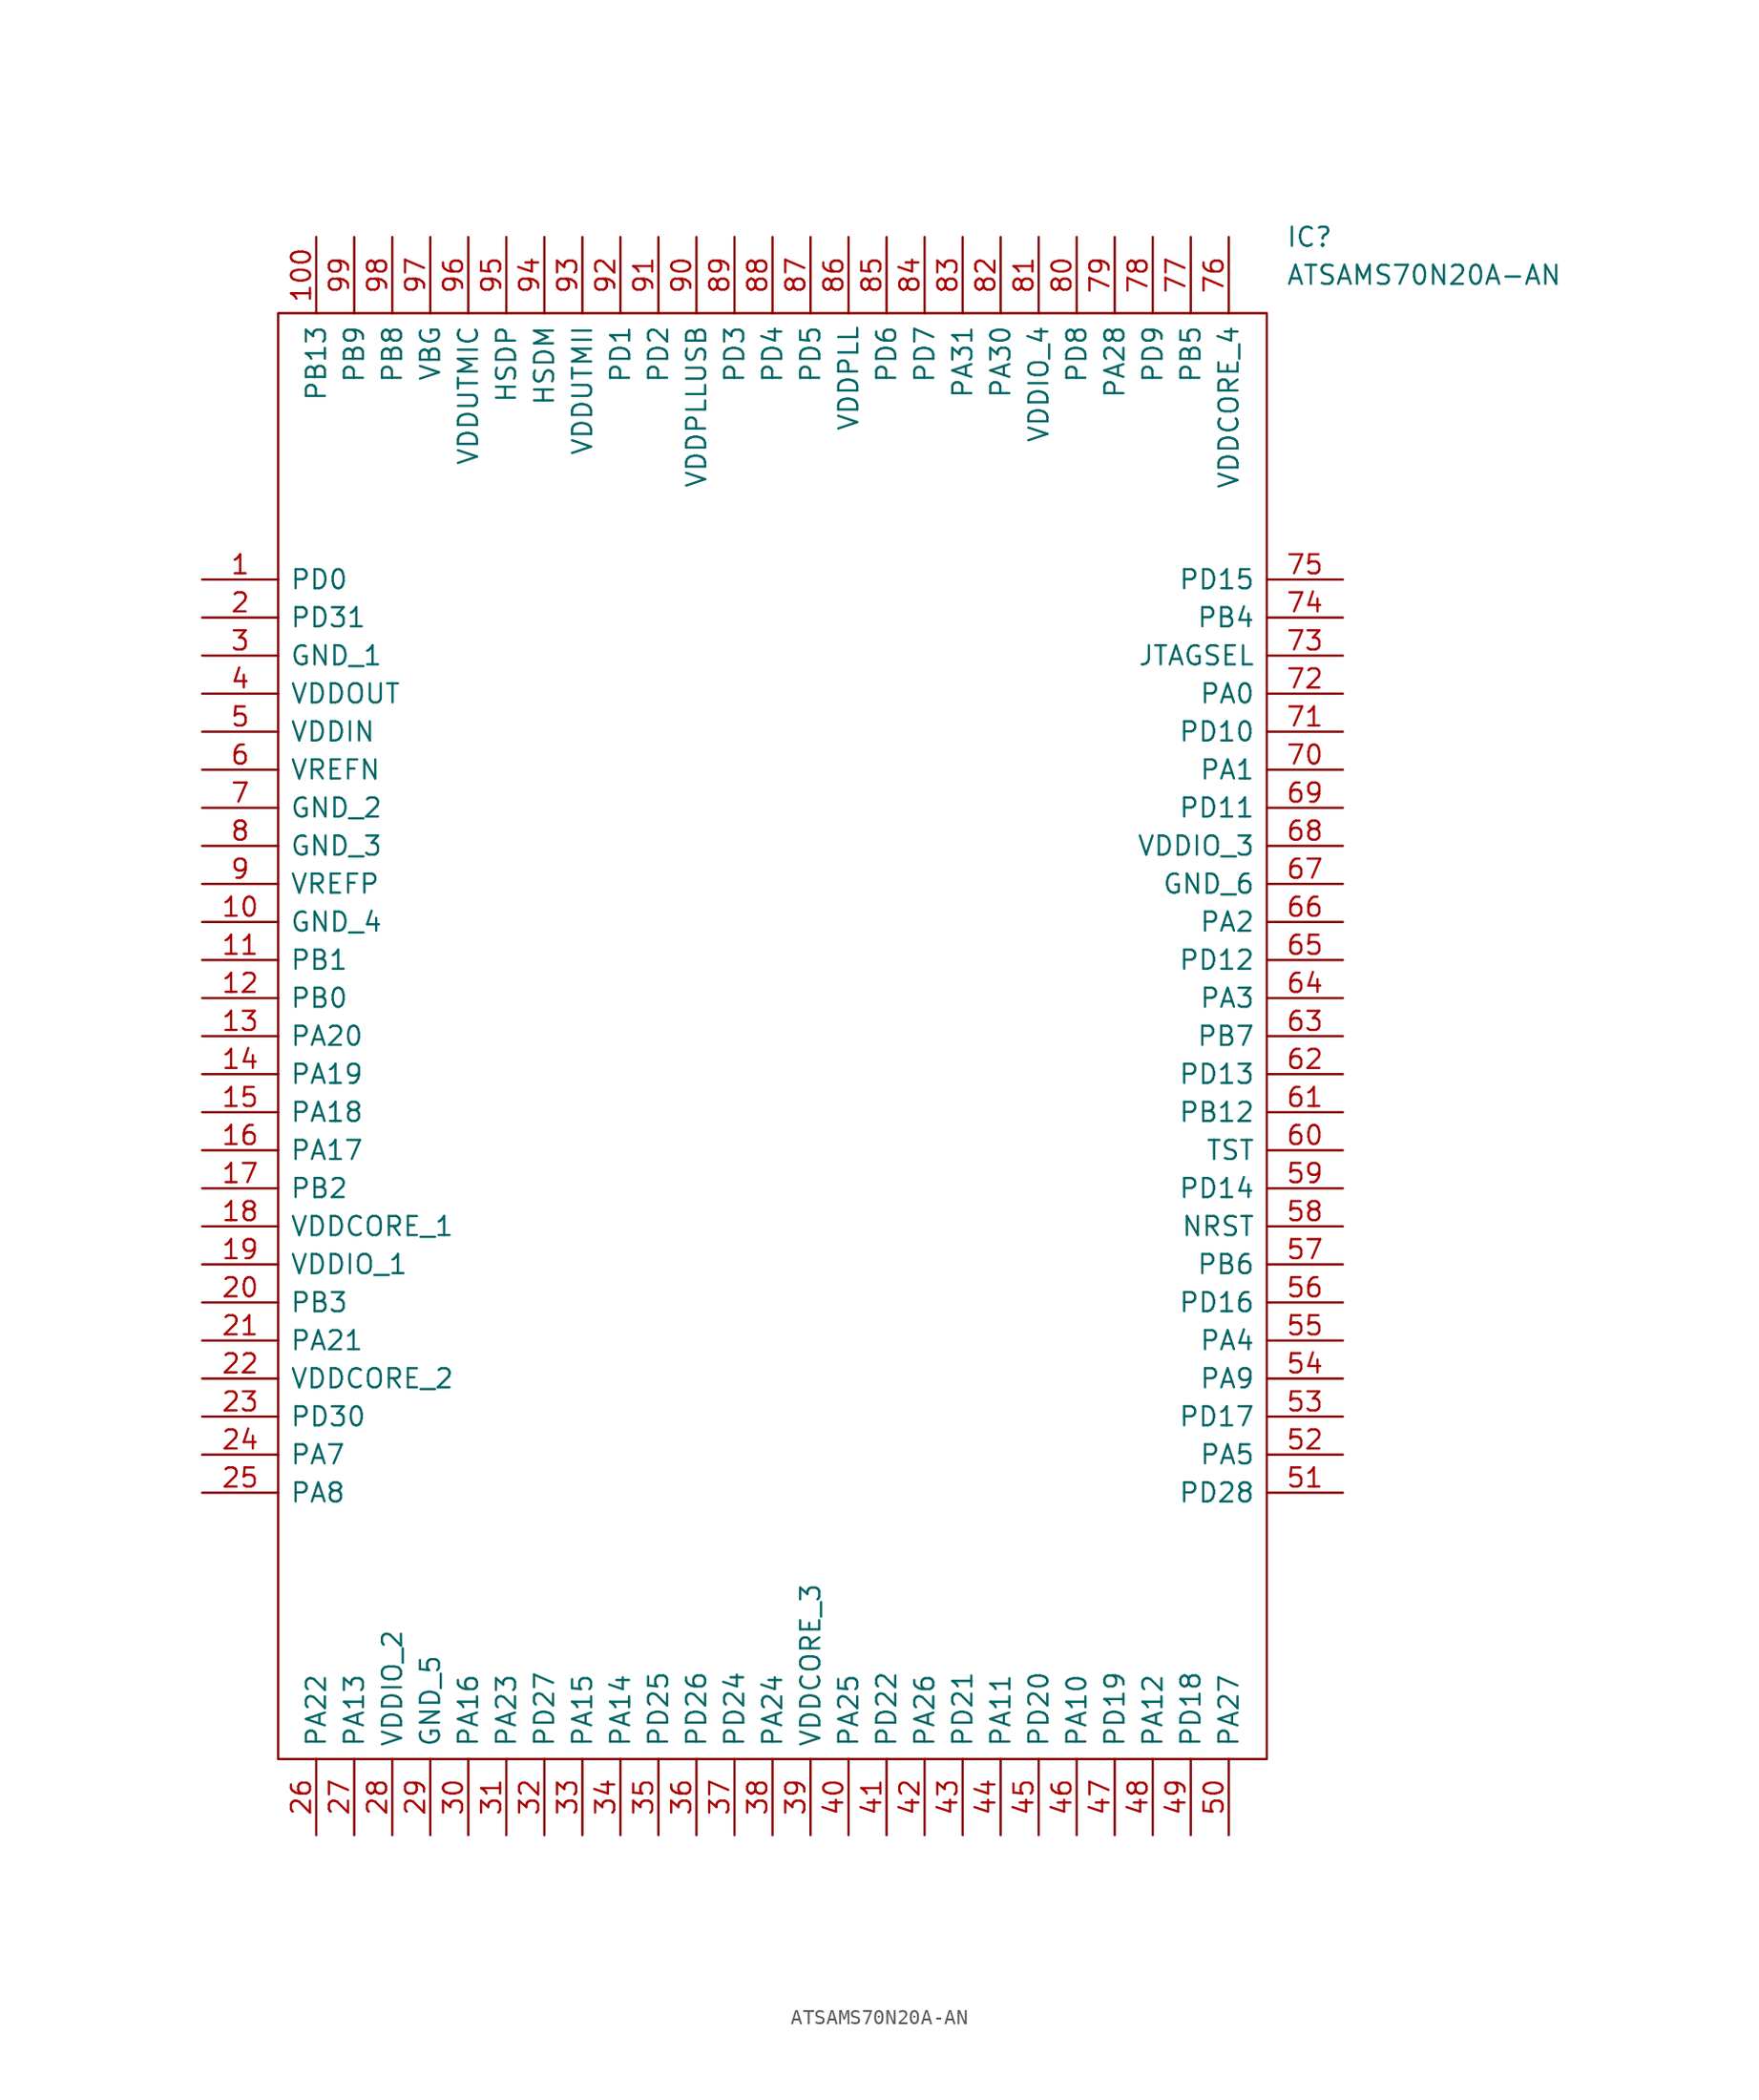
<source format=kicad_sym>
(kicad_symbol_lib
  (version 20211014)
  (generator kicad_symbol_editor)
  (symbol "ATSAMS70N20A-AN"
    (pin_names
      (offset 0.762))
    (property "Reference" "IC"
      (at 72.39 22.86 0)
      (effects (font (size 1.27 1.27)) (justify left)))
    (property "Value" "ATSAMS70N20A-AN"
      (at 72.39 20.32 0)
      (effects (font (size 1.27 1.27)) (justify left)))
    (symbol "ATSAMS70N20A-AN_0_0"
      (pin passive line (at 0 0 0) (length 5.08) (name "PD0" (effects (font (size 1.27 1.27)))) (number "1" (effects (font (size 1.27 1.27)))))
      (pin passive line (at 0 -22.86 0) (length 5.08) (name "GND_4" (effects (font (size 1.27 1.27)))) (number "10" (effects (font (size 1.27 1.27)))))
      (pin passive line (at 7.62 22.86 270) (length 5.08) (name "PB13" (effects (font (size 1.27 1.27)))) (number "100" (effects (font (size 1.27 1.27)))))
      (pin passive line (at 0 -25.4 0) (length 5.08) (name "PB1" (effects (font (size 1.27 1.27)))) (number "11" (effects (font (size 1.27 1.27)))))
      (pin passive line (at 0 -27.94 0) (length 5.08) (name "PB0" (effects (font (size 1.27 1.27)))) (number "12" (effects (font (size 1.27 1.27)))))
      (pin passive line (at 0 -30.48 0) (length 5.08) (name "PA20" (effects (font (size 1.27 1.27)))) (number "13" (effects (font (size 1.27 1.27)))))
      (pin passive line (at 0 -33.02 0) (length 5.08) (name "PA19" (effects (font (size 1.27 1.27)))) (number "14" (effects (font (size 1.27 1.27)))))
      (pin passive line (at 0 -35.56 0) (length 5.08) (name "PA18" (effects (font (size 1.27 1.27)))) (number "15" (effects (font (size 1.27 1.27)))))
      (pin passive line (at 0 -38.1 0) (length 5.08) (name "PA17" (effects (font (size 1.27 1.27)))) (number "16" (effects (font (size 1.27 1.27)))))
      (pin passive line (at 0 -40.64 0) (length 5.08) (name "PB2" (effects (font (size 1.27 1.27)))) (number "17" (effects (font (size 1.27 1.27)))))
      (pin passive line (at 0 -43.18 0) (length 5.08) (name "VDDCORE_1" (effects (font (size 1.27 1.27)))) (number "18" (effects (font (size 1.27 1.27)))))
      (pin passive line (at 0 -45.72 0) (length 5.08) (name "VDDIO_1" (effects (font (size 1.27 1.27)))) (number "19" (effects (font (size 1.27 1.27)))))
      (pin passive line (at 0 -2.54 0) (length 5.08) (name "PD31" (effects (font (size 1.27 1.27)))) (number "2" (effects (font (size 1.27 1.27)))))
      (pin passive line (at 0 -48.26 0) (length 5.08) (name "PB3" (effects (font (size 1.27 1.27)))) (number "20" (effects (font (size 1.27 1.27)))))
      (pin passive line (at 0 -50.8 0) (length 5.08) (name "PA21" (effects (font (size 1.27 1.27)))) (number "21" (effects (font (size 1.27 1.27)))))
      (pin passive line (at 0 -53.34 0) (length 5.08) (name "VDDCORE_2" (effects (font (size 1.27 1.27)))) (number "22" (effects (font (size 1.27 1.27)))))
      (pin passive line (at 0 -55.88 0) (length 5.08) (name "PD30" (effects (font (size 1.27 1.27)))) (number "23" (effects (font (size 1.27 1.27)))))
      (pin passive line (at 0 -58.42 0) (length 5.08) (name "PA7" (effects (font (size 1.27 1.27)))) (number "24" (effects (font (size 1.27 1.27)))))
      (pin passive line (at 0 -60.96 0) (length 5.08) (name "PA8" (effects (font (size 1.27 1.27)))) (number "25" (effects (font (size 1.27 1.27)))))
      (pin passive line (at 7.62 -83.82 90) (length 5.08) (name "PA22" (effects (font (size 1.27 1.27)))) (number "26" (effects (font (size 1.27 1.27)))))
      (pin passive line (at 10.16 -83.82 90) (length 5.08) (name "PA13" (effects (font (size 1.27 1.27)))) (number "27" (effects (font (size 1.27 1.27)))))
      (pin passive line (at 12.7 -83.82 90) (length 5.08) (name "VDDIO_2" (effects (font (size 1.27 1.27)))) (number "28" (effects (font (size 1.27 1.27)))))
      (pin passive line (at 15.24 -83.82 90) (length 5.08) (name "GND_5" (effects (font (size 1.27 1.27)))) (number "29" (effects (font (size 1.27 1.27)))))
      (pin passive line (at 0 -5.08 0) (length 5.08) (name "GND_1" (effects (font (size 1.27 1.27)))) (number "3" (effects (font (size 1.27 1.27)))))
      (pin passive line (at 17.78 -83.82 90) (length 5.08) (name "PA16" (effects (font (size 1.27 1.27)))) (number "30" (effects (font (size 1.27 1.27)))))
      (pin passive line (at 20.32 -83.82 90) (length 5.08) (name "PA23" (effects (font (size 1.27 1.27)))) (number "31" (effects (font (size 1.27 1.27)))))
      (pin passive line (at 22.86 -83.82 90) (length 5.08) (name "PD27" (effects (font (size 1.27 1.27)))) (number "32" (effects (font (size 1.27 1.27)))))
      (pin passive line (at 25.4 -83.82 90) (length 5.08) (name "PA15" (effects (font (size 1.27 1.27)))) (number "33" (effects (font (size 1.27 1.27)))))
      (pin passive line (at 27.94 -83.82 90) (length 5.08) (name "PA14" (effects (font (size 1.27 1.27)))) (number "34" (effects (font (size 1.27 1.27)))))
      (pin passive line (at 30.48 -83.82 90) (length 5.08) (name "PD25" (effects (font (size 1.27 1.27)))) (number "35" (effects (font (size 1.27 1.27)))))
      (pin passive line (at 33.02 -83.82 90) (length 5.08) (name "PD26" (effects (font (size 1.27 1.27)))) (number "36" (effects (font (size 1.27 1.27)))))
      (pin passive line (at 35.56 -83.82 90) (length 5.08) (name "PD24" (effects (font (size 1.27 1.27)))) (number "37" (effects (font (size 1.27 1.27)))))
      (pin passive line (at 38.1 -83.82 90) (length 5.08) (name "PA24" (effects (font (size 1.27 1.27)))) (number "38" (effects (font (size 1.27 1.27)))))
      (pin passive line (at 40.64 -83.82 90) (length 5.08) (name "VDDCORE_3" (effects (font (size 1.27 1.27)))) (number "39" (effects (font (size 1.27 1.27)))))
      (pin passive line (at 0 -7.62 0) (length 5.08) (name "VDDOUT" (effects (font (size 1.27 1.27)))) (number "4" (effects (font (size 1.27 1.27)))))
      (pin passive line (at 43.18 -83.82 90) (length 5.08) (name "PA25" (effects (font (size 1.27 1.27)))) (number "40" (effects (font (size 1.27 1.27)))))
      (pin passive line (at 45.72 -83.82 90) (length 5.08) (name "PD22" (effects (font (size 1.27 1.27)))) (number "41" (effects (font (size 1.27 1.27)))))
      (pin passive line (at 48.26 -83.82 90) (length 5.08) (name "PA26" (effects (font (size 1.27 1.27)))) (number "42" (effects (font (size 1.27 1.27)))))
      (pin passive line (at 50.8 -83.82 90) (length 5.08) (name "PD21" (effects (font (size 1.27 1.27)))) (number "43" (effects (font (size 1.27 1.27)))))
      (pin passive line (at 53.34 -83.82 90) (length 5.08) (name "PA11" (effects (font (size 1.27 1.27)))) (number "44" (effects (font (size 1.27 1.27)))))
      (pin passive line (at 55.88 -83.82 90) (length 5.08) (name "PD20" (effects (font (size 1.27 1.27)))) (number "45" (effects (font (size 1.27 1.27)))))
      (pin passive line (at 58.42 -83.82 90) (length 5.08) (name "PA10" (effects (font (size 1.27 1.27)))) (number "46" (effects (font (size 1.27 1.27)))))
      (pin passive line (at 60.96 -83.82 90) (length 5.08) (name "PD19" (effects (font (size 1.27 1.27)))) (number "47" (effects (font (size 1.27 1.27)))))
      (pin passive line (at 63.5 -83.82 90) (length 5.08) (name "PA12" (effects (font (size 1.27 1.27)))) (number "48" (effects (font (size 1.27 1.27)))))
      (pin passive line (at 66.04 -83.82 90) (length 5.08) (name "PD18" (effects (font (size 1.27 1.27)))) (number "49" (effects (font (size 1.27 1.27)))))
      (pin passive line (at 0 -10.16 0) (length 5.08) (name "VDDIN" (effects (font (size 1.27 1.27)))) (number "5" (effects (font (size 1.27 1.27)))))
      (pin passive line (at 68.58 -83.82 90) (length 5.08) (name "PA27" (effects (font (size 1.27 1.27)))) (number "50" (effects (font (size 1.27 1.27)))))
      (pin passive line (at 76.2 -60.96 180) (length 5.08) (name "PD28" (effects (font (size 1.27 1.27)))) (number "51" (effects (font (size 1.27 1.27)))))
      (pin passive line (at 76.2 -58.42 180) (length 5.08) (name "PA5" (effects (font (size 1.27 1.27)))) (number "52" (effects (font (size 1.27 1.27)))))
      (pin passive line (at 76.2 -55.88 180) (length 5.08) (name "PD17" (effects (font (size 1.27 1.27)))) (number "53" (effects (font (size 1.27 1.27)))))
      (pin passive line (at 76.2 -53.34 180) (length 5.08) (name "PA9" (effects (font (size 1.27 1.27)))) (number "54" (effects (font (size 1.27 1.27)))))
      (pin passive line (at 76.2 -50.8 180) (length 5.08) (name "PA4" (effects (font (size 1.27 1.27)))) (number "55" (effects (font (size 1.27 1.27)))))
      (pin passive line (at 76.2 -48.26 180) (length 5.08) (name "PD16" (effects (font (size 1.27 1.27)))) (number "56" (effects (font (size 1.27 1.27)))))
      (pin passive line (at 76.2 -45.72 180) (length 5.08) (name "PB6" (effects (font (size 1.27 1.27)))) (number "57" (effects (font (size 1.27 1.27)))))
      (pin passive line (at 76.2 -43.18 180) (length 5.08) (name "NRST" (effects (font (size 1.27 1.27)))) (number "58" (effects (font (size 1.27 1.27)))))
      (pin passive line (at 76.2 -40.64 180) (length 5.08) (name "PD14" (effects (font (size 1.27 1.27)))) (number "59" (effects (font (size 1.27 1.27)))))
      (pin passive line (at 0 -12.7 0) (length 5.08) (name "VREFN" (effects (font (size 1.27 1.27)))) (number "6" (effects (font (size 1.27 1.27)))))
      (pin passive line (at 76.2 -38.1 180) (length 5.08) (name "TST" (effects (font (size 1.27 1.27)))) (number "60" (effects (font (size 1.27 1.27)))))
      (pin passive line (at 76.2 -35.56 180) (length 5.08) (name "PB12" (effects (font (size 1.27 1.27)))) (number "61" (effects (font (size 1.27 1.27)))))
      (pin passive line (at 76.2 -33.02 180) (length 5.08) (name "PD13" (effects (font (size 1.27 1.27)))) (number "62" (effects (font (size 1.27 1.27)))))
      (pin passive line (at 76.2 -30.48 180) (length 5.08) (name "PB7" (effects (font (size 1.27 1.27)))) (number "63" (effects (font (size 1.27 1.27)))))
      (pin passive line (at 76.2 -27.94 180) (length 5.08) (name "PA3" (effects (font (size 1.27 1.27)))) (number "64" (effects (font (size 1.27 1.27)))))
      (pin passive line (at 76.2 -25.4 180) (length 5.08) (name "PD12" (effects (font (size 1.27 1.27)))) (number "65" (effects (font (size 1.27 1.27)))))
      (pin passive line (at 76.2 -22.86 180) (length 5.08) (name "PA2" (effects (font (size 1.27 1.27)))) (number "66" (effects (font (size 1.27 1.27)))))
      (pin passive line (at 76.2 -20.32 180) (length 5.08) (name "GND_6" (effects (font (size 1.27 1.27)))) (number "67" (effects (font (size 1.27 1.27)))))
      (pin passive line (at 76.2 -17.78 180) (length 5.08) (name "VDDIO_3" (effects (font (size 1.27 1.27)))) (number "68" (effects (font (size 1.27 1.27)))))
      (pin passive line (at 76.2 -15.24 180) (length 5.08) (name "PD11" (effects (font (size 1.27 1.27)))) (number "69" (effects (font (size 1.27 1.27)))))
      (pin passive line (at 0 -15.24 0) (length 5.08) (name "GND_2" (effects (font (size 1.27 1.27)))) (number "7" (effects (font (size 1.27 1.27)))))
      (pin passive line (at 76.2 -12.7 180) (length 5.08) (name "PA1" (effects (font (size 1.27 1.27)))) (number "70" (effects (font (size 1.27 1.27)))))
      (pin passive line (at 76.2 -10.16 180) (length 5.08) (name "PD10" (effects (font (size 1.27 1.27)))) (number "71" (effects (font (size 1.27 1.27)))))
      (pin passive line (at 76.2 -7.62 180) (length 5.08) (name "PA0" (effects (font (size 1.27 1.27)))) (number "72" (effects (font (size 1.27 1.27)))))
      (pin passive line (at 76.2 -5.08 180) (length 5.08) (name "JTAGSEL" (effects (font (size 1.27 1.27)))) (number "73" (effects (font (size 1.27 1.27)))))
      (pin passive line (at 76.2 -2.54 180) (length 5.08) (name "PB4" (effects (font (size 1.27 1.27)))) (number "74" (effects (font (size 1.27 1.27)))))
      (pin passive line (at 76.2 0 180) (length 5.08) (name "PD15" (effects (font (size 1.27 1.27)))) (number "75" (effects (font (size 1.27 1.27)))))
      (pin passive line (at 68.58 22.86 270) (length 5.08) (name "VDDCORE_4" (effects (font (size 1.27 1.27)))) (number "76" (effects (font (size 1.27 1.27)))))
      (pin passive line (at 66.04 22.86 270) (length 5.08) (name "PB5" (effects (font (size 1.27 1.27)))) (number "77" (effects (font (size 1.27 1.27)))))
      (pin passive line (at 63.5 22.86 270) (length 5.08) (name "PD9" (effects (font (size 1.27 1.27)))) (number "78" (effects (font (size 1.27 1.27)))))
      (pin passive line (at 60.96 22.86 270) (length 5.08) (name "PA28" (effects (font (size 1.27 1.27)))) (number "79" (effects (font (size 1.27 1.27)))))
      (pin passive line (at 0 -17.78 0) (length 5.08) (name "GND_3" (effects (font (size 1.27 1.27)))) (number "8" (effects (font (size 1.27 1.27)))))
      (pin passive line (at 58.42 22.86 270) (length 5.08) (name "PD8" (effects (font (size 1.27 1.27)))) (number "80" (effects (font (size 1.27 1.27)))))
      (pin passive line (at 55.88 22.86 270) (length 5.08) (name "VDDIO_4" (effects (font (size 1.27 1.27)))) (number "81" (effects (font (size 1.27 1.27)))))
      (pin passive line (at 53.34 22.86 270) (length 5.08) (name "PA30" (effects (font (size 1.27 1.27)))) (number "82" (effects (font (size 1.27 1.27)))))
      (pin passive line (at 50.8 22.86 270) (length 5.08) (name "PA31" (effects (font (size 1.27 1.27)))) (number "83" (effects (font (size 1.27 1.27)))))
      (pin passive line (at 48.26 22.86 270) (length 5.08) (name "PD7" (effects (font (size 1.27 1.27)))) (number "84" (effects (font (size 1.27 1.27)))))
      (pin passive line (at 45.72 22.86 270) (length 5.08) (name "PD6" (effects (font (size 1.27 1.27)))) (number "85" (effects (font (size 1.27 1.27)))))
      (pin passive line (at 43.18 22.86 270) (length 5.08) (name "VDDPLL" (effects (font (size 1.27 1.27)))) (number "86" (effects (font (size 1.27 1.27)))))
      (pin passive line (at 40.64 22.86 270) (length 5.08) (name "PD5" (effects (font (size 1.27 1.27)))) (number "87" (effects (font (size 1.27 1.27)))))
      (pin passive line (at 38.1 22.86 270) (length 5.08) (name "PD4" (effects (font (size 1.27 1.27)))) (number "88" (effects (font (size 1.27 1.27)))))
      (pin passive line (at 35.56 22.86 270) (length 5.08) (name "PD3" (effects (font (size 1.27 1.27)))) (number "89" (effects (font (size 1.27 1.27)))))
      (pin passive line (at 0 -20.32 0) (length 5.08) (name "VREFP" (effects (font (size 1.27 1.27)))) (number "9" (effects (font (size 1.27 1.27)))))
      (pin passive line (at 33.02 22.86 270) (length 5.08) (name "VDDPLLUSB" (effects (font (size 1.27 1.27)))) (number "90" (effects (font (size 1.27 1.27)))))
      (pin passive line (at 30.48 22.86 270) (length 5.08) (name "PD2" (effects (font (size 1.27 1.27)))) (number "91" (effects (font (size 1.27 1.27)))))
      (pin passive line (at 27.94 22.86 270) (length 5.08) (name "PD1" (effects (font (size 1.27 1.27)))) (number "92" (effects (font (size 1.27 1.27)))))
      (pin passive line (at 25.4 22.86 270) (length 5.08) (name "VDDUTMII" (effects (font (size 1.27 1.27)))) (number "93" (effects (font (size 1.27 1.27)))))
      (pin passive line (at 22.86 22.86 270) (length 5.08) (name "HSDM" (effects (font (size 1.27 1.27)))) (number "94" (effects (font (size 1.27 1.27)))))
      (pin passive line (at 20.32 22.86 270) (length 5.08) (name "HSDP" (effects (font (size 1.27 1.27)))) (number "95" (effects (font (size 1.27 1.27)))))
      (pin passive line (at 17.78 22.86 270) (length 5.08) (name "VDDUTMIC" (effects (font (size 1.27 1.27)))) (number "96" (effects (font (size 1.27 1.27)))))
      (pin passive line (at 15.24 22.86 270) (length 5.08) (name "VBG" (effects (font (size 1.27 1.27)))) (number "97" (effects (font (size 1.27 1.27)))))
      (pin passive line (at 12.7 22.86 270) (length 5.08) (name "PB8" (effects (font (size 1.27 1.27)))) (number "98" (effects (font (size 1.27 1.27)))))
      (pin passive line (at 10.16 22.86 270) (length 5.08) (name "PB9" (effects (font (size 1.27 1.27)))) (number "99" (effects (font (size 1.27 1.27))))))
    (symbol "ATSAMS70N20A-AN_0_1"
      (polyline (pts (xy 5.08 17.78) (xy 71.12 17.78) (xy 71.12 -78.74) (xy 5.08 -78.74) (xy 5.08 17.78)) (stroke (width 0.152) (type default) (color 0 0 0 0)) (fill (type none))))))
</source>
